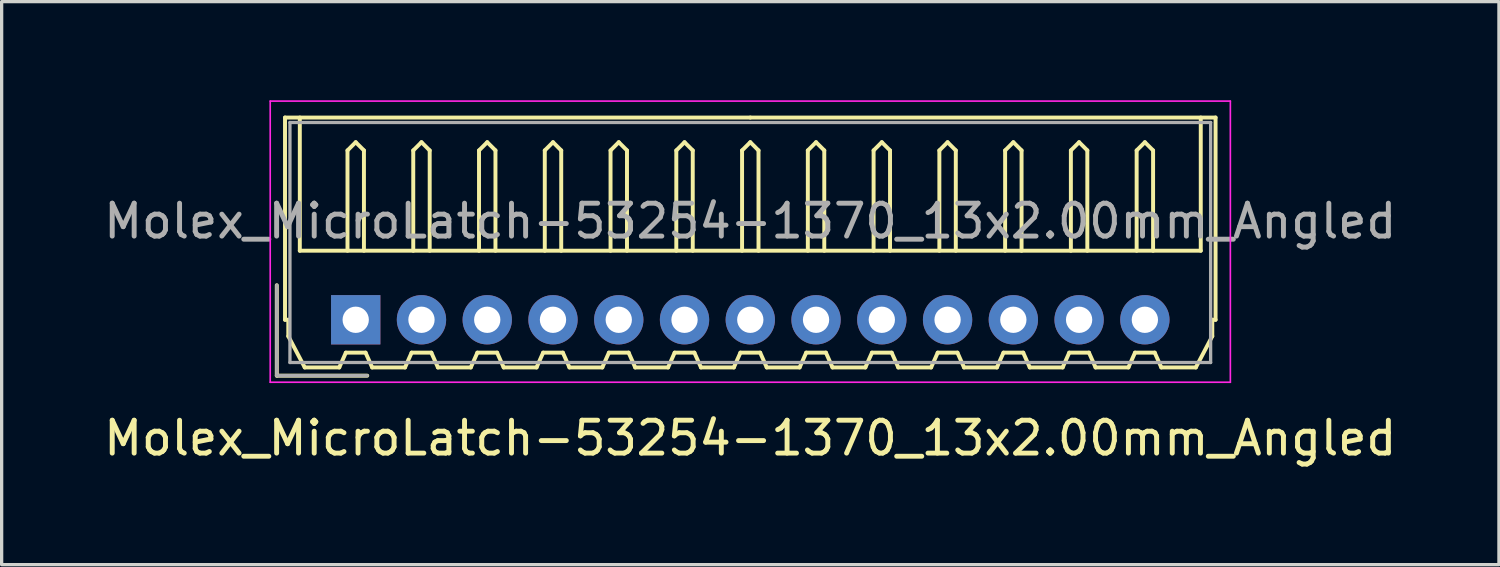
<source format=kicad_pcb>
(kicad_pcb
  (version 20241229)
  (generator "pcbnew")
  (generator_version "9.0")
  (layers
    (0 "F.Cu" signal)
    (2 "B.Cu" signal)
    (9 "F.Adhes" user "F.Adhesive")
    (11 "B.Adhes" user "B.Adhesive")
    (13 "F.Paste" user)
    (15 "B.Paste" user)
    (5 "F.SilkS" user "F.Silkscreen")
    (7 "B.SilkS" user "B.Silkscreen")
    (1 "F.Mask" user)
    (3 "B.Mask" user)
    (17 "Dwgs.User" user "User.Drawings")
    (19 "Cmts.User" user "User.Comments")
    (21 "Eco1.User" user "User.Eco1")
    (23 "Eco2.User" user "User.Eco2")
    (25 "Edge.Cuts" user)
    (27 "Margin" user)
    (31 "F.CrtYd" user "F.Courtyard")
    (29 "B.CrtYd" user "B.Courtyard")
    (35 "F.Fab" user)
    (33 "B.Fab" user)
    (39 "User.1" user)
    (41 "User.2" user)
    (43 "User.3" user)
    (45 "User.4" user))
  (footprint "Molex_MicroLatch-53254-1370_13x2.00mm_Angled"
    (layer "F.Cu")
    (at 7.768 6.675)
    (property "Reference" "Molex_MicroLatch-53254-1370_13x2.00mm_Angled" (at 12 3.6 0) (layer "F.SilkS") (effects (font (size 1 1) (thickness 0.15))))
    (attr through_hole)
    (fp_line (start -2.4 1.7) (end -2.4 -1.05) (stroke (width 0.12) (type solid)) (layer "F.SilkS"))
    (fp_line (start -2.15 -6.15) (end 12 -6.15) (stroke (width 0.12) (type solid)) (layer "F.SilkS"))
    (fp_line (start -2.15 0) (end -2.15 -6.15) (stroke (width 0.12) (type solid)) (layer "F.SilkS"))
    (fp_line (start -2.05 0) (end -2.15 0) (stroke (width 0.12) (type solid)) (layer "F.SilkS"))
    (fp_line (start -2.05 0.5) (end -2.05 0) (stroke (width 0.12) (type solid)) (layer "F.SilkS"))
    (fp_line (start -1.7 -6.15) (end -1.7 -2.1) (stroke (width 0.12) (type solid)) (layer "F.SilkS"))
    (fp_line (start -1.7 -2.1) (end 25.7 -2.1) (stroke (width 0.12) (type solid)) (layer "F.SilkS"))
    (fp_line (start -1.55 1.45) (end -2.05 0.5) (stroke (width 0.12) (type solid)) (layer "F.SilkS"))
    (fp_line (start -0.5 1.45) (end -1.55 1.45) (stroke (width 0.12) (type solid)) (layer "F.SilkS"))
    (fp_line (start -0.3 1) (end -0.5 1.45) (stroke (width 0.12) (type solid)) (layer "F.SilkS"))
    (fp_line (start -0.3 1) (end 0.3 1) (stroke (width 0.12) (type solid)) (layer "F.SilkS"))
    (fp_line (start -0.25 -5.15) (end 0 -5.4) (stroke (width 0.12) (type solid)) (layer "F.SilkS"))
    (fp_line (start -0.25 -2.1) (end -0.25 -5.15) (stroke (width 0.12) (type solid)) (layer "F.SilkS"))
    (fp_line (start 0 -5.4) (end 0.25 -5.15) (stroke (width 0.12) (type solid)) (layer "F.SilkS"))
    (fp_line (start 0.25 -5.15) (end 0.25 -2.1) (stroke (width 0.12) (type solid)) (layer "F.SilkS"))
    (fp_line (start 0.3 1) (end 0.5 1.45) (stroke (width 0.12) (type solid)) (layer "F.SilkS"))
    (fp_line (start 0.35 1.7) (end -2.4 1.7) (stroke (width 0.12) (type solid)) (layer "F.SilkS"))
    (fp_line (start 0.5 1.45) (end 1.5 1.45) (stroke (width 0.12) (type solid)) (layer "F.SilkS"))
    (fp_line (start 1.5 1.45) (end 1.7 1) (stroke (width 0.12) (type solid)) (layer "F.SilkS"))
    (fp_line (start 1.7 1) (end 2.3 1) (stroke (width 0.12) (type solid)) (layer "F.SilkS"))
    (fp_line (start 1.75 -5.15) (end 2 -5.4) (stroke (width 0.12) (type solid)) (layer "F.SilkS"))
    (fp_line (start 1.75 -2.1) (end 1.75 -5.15) (stroke (width 0.12) (type solid)) (layer "F.SilkS"))
    (fp_line (start 2 -5.4) (end 2.25 -5.15) (stroke (width 0.12) (type solid)) (layer "F.SilkS"))
    (fp_line (start 2.25 -5.15) (end 2.25 -2.1) (stroke (width 0.12) (type solid)) (layer "F.SilkS"))
    (fp_line (start 2.3 1) (end 2.5 1.45) (stroke (width 0.12) (type solid)) (layer "F.SilkS"))
    (fp_line (start 2.5 1.45) (end 3.5 1.45) (stroke (width 0.12) (type solid)) (layer "F.SilkS"))
    (fp_line (start 3.5 1.45) (end 3.7 1) (stroke (width 0.12) (type solid)) (layer "F.SilkS"))
    (fp_line (start 3.7 1) (end 4.3 1) (stroke (width 0.12) (type solid)) (layer "F.SilkS"))
    (fp_line (start 3.75 -5.15) (end 4 -5.4) (stroke (width 0.12) (type solid)) (layer "F.SilkS"))
    (fp_line (start 3.75 -2.1) (end 3.75 -5.15) (stroke (width 0.12) (type solid)) (layer "F.SilkS"))
    (fp_line (start 4 -5.4) (end 4.25 -5.15) (stroke (width 0.12) (type solid)) (layer "F.SilkS"))
    (fp_line (start 4.25 -5.15) (end 4.25 -2.1) (stroke (width 0.12) (type solid)) (layer "F.SilkS"))
    (fp_line (start 4.3 1) (end 4.5 1.45) (stroke (width 0.12) (type solid)) (layer "F.SilkS"))
    (fp_line (start 4.5 1.45) (end 5.5 1.45) (stroke (width 0.12) (type solid)) (layer "F.SilkS"))
    (fp_line (start 5.5 1.45) (end 5.7 1) (stroke (width 0.12) (type solid)) (layer "F.SilkS"))
    (fp_line (start 5.7 1) (end 6.3 1) (stroke (width 0.12) (type solid)) (layer "F.SilkS"))
    (fp_line (start 5.75 -5.15) (end 6 -5.4) (stroke (width 0.12) (type solid)) (layer "F.SilkS"))
    (fp_line (start 5.75 -2.1) (end 5.75 -5.15) (stroke (width 0.12) (type solid)) (layer "F.SilkS"))
    (fp_line (start 6 -5.4) (end 6.25 -5.15) (stroke (width 0.12) (type solid)) (layer "F.SilkS"))
    (fp_line (start 6.25 -5.15) (end 6.25 -2.1) (stroke (width 0.12) (type solid)) (layer "F.SilkS"))
    (fp_line (start 6.3 1) (end 6.5 1.45) (stroke (width 0.12) (type solid)) (layer "F.SilkS"))
    (fp_line (start 6.5 1.45) (end 7.5 1.45) (stroke (width 0.12) (type solid)) (layer "F.SilkS"))
    (fp_line (start 7.5 1.45) (end 7.7 1) (stroke (width 0.12) (type solid)) (layer "F.SilkS"))
    (fp_line (start 7.7 1) (end 8.3 1) (stroke (width 0.12) (type solid)) (layer "F.SilkS"))
    (fp_line (start 7.75 -5.15) (end 8 -5.4) (stroke (width 0.12) (type solid)) (layer "F.SilkS"))
    (fp_line (start 7.75 -2.1) (end 7.75 -5.15) (stroke (width 0.12) (type solid)) (layer "F.SilkS"))
    (fp_line (start 8 -5.4) (end 8.25 -5.15) (stroke (width 0.12) (type solid)) (layer "F.SilkS"))
    (fp_line (start 8.25 -5.15) (end 8.25 -2.1) (stroke (width 0.12) (type solid)) (layer "F.SilkS"))
    (fp_line (start 8.3 1) (end 8.5 1.45) (stroke (width 0.12) (type solid)) (layer "F.SilkS"))
    (fp_line (start 8.5 1.45) (end 9.5 1.45) (stroke (width 0.12) (type solid)) (layer "F.SilkS"))
    (fp_line (start 9.5 1.45) (end 9.7 1) (stroke (width 0.12) (type solid)) (layer "F.SilkS"))
    (fp_line (start 9.7 1) (end 10.3 1) (stroke (width 0.12) (type solid)) (layer "F.SilkS"))
    (fp_line (start 9.75 -5.15) (end 10 -5.4) (stroke (width 0.12) (type solid)) (layer "F.SilkS"))
    (fp_line (start 9.75 -2.1) (end 9.75 -5.15) (stroke (width 0.12) (type solid)) (layer "F.SilkS"))
    (fp_line (start 10 -5.4) (end 10.25 -5.15) (stroke (width 0.12) (type solid)) (layer "F.SilkS"))
    (fp_line (start 10.25 -5.15) (end 10.25 -2.1) (stroke (width 0.12) (type solid)) (layer "F.SilkS"))
    (fp_line (start 10.3 1) (end 10.5 1.45) (stroke (width 0.12) (type solid)) (layer "F.SilkS"))
    (fp_line (start 10.5 1.45) (end 11.5 1.45) (stroke (width 0.12) (type solid)) (layer "F.SilkS"))
    (fp_line (start 11.5 1.45) (end 11.7 1) (stroke (width 0.12) (type solid)) (layer "F.SilkS"))
    (fp_line (start 11.7 1) (end 12.3 1) (stroke (width 0.12) (type solid)) (layer "F.SilkS"))
    (fp_line (start 11.75 -5.15) (end 12 -5.4) (stroke (width 0.12) (type solid)) (layer "F.SilkS"))
    (fp_line (start 11.75 -2.1) (end 11.75 -5.15) (stroke (width 0.12) (type solid)) (layer "F.SilkS"))
    (fp_line (start 12 -5.4) (end 12.25 -5.15) (stroke (width 0.12) (type solid)) (layer "F.SilkS"))
    (fp_line (start 12.25 -5.15) (end 12.25 -2.1) (stroke (width 0.12) (type solid)) (layer "F.SilkS"))
    (fp_line (start 12.3 1) (end 12.5 1.45) (stroke (width 0.12) (type solid)) (layer "F.SilkS"))
    (fp_line (start 12.5 1.45) (end 13.5 1.45) (stroke (width 0.12) (type solid)) (layer "F.SilkS"))
    (fp_line (start 13.5 1.45) (end 13.7 1) (stroke (width 0.12) (type solid)) (layer "F.SilkS"))
    (fp_line (start 13.7 1) (end 14.3 1) (stroke (width 0.12) (type solid)) (layer "F.SilkS"))
    (fp_line (start 13.75 -5.15) (end 14 -5.4) (stroke (width 0.12) (type solid)) (layer "F.SilkS"))
    (fp_line (start 13.75 -2.1) (end 13.75 -5.15) (stroke (width 0.12) (type solid)) (layer "F.SilkS"))
    (fp_line (start 14 -5.4) (end 14.25 -5.15) (stroke (width 0.12) (type solid)) (layer "F.SilkS"))
    (fp_line (start 14.25 -5.15) (end 14.25 -2.1) (stroke (width 0.12) (type solid)) (layer "F.SilkS"))
    (fp_line (start 14.3 1) (end 14.5 1.45) (stroke (width 0.12) (type solid)) (layer "F.SilkS"))
    (fp_line (start 14.5 1.45) (end 15.5 1.45) (stroke (width 0.12) (type solid)) (layer "F.SilkS"))
    (fp_line (start 15.5 1.45) (end 15.7 1) (stroke (width 0.12) (type solid)) (layer "F.SilkS"))
    (fp_line (start 15.7 1) (end 16.3 1) (stroke (width 0.12) (type solid)) (layer "F.SilkS"))
    (fp_line (start 15.75 -5.15) (end 16 -5.4) (stroke (width 0.12) (type solid)) (layer "F.SilkS"))
    (fp_line (start 15.75 -2.1) (end 15.75 -5.15) (stroke (width 0.12) (type solid)) (layer "F.SilkS"))
    (fp_line (start 16 -5.4) (end 16.25 -5.15) (stroke (width 0.12) (type solid)) (layer "F.SilkS"))
    (fp_line (start 16.25 -5.15) (end 16.25 -2.1) (stroke (width 0.12) (type solid)) (layer "F.SilkS"))
    (fp_line (start 16.3 1) (end 16.5 1.45) (stroke (width 0.12) (type solid)) (layer "F.SilkS"))
    (fp_line (start 16.5 1.45) (end 17.5 1.45) (stroke (width 0.12) (type solid)) (layer "F.SilkS"))
    (fp_line (start 17.5 1.45) (end 17.7 1) (stroke (width 0.12) (type solid)) (layer "F.SilkS"))
    (fp_line (start 17.7 1) (end 18.3 1) (stroke (width 0.12) (type solid)) (layer "F.SilkS"))
    (fp_line (start 17.75 -5.15) (end 18 -5.4) (stroke (width 0.12) (type solid)) (layer "F.SilkS"))
    (fp_line (start 17.75 -2.1) (end 17.75 -5.15) (stroke (width 0.12) (type solid)) (layer "F.SilkS"))
    (fp_line (start 18 -5.4) (end 18.25 -5.15) (stroke (width 0.12) (type solid)) (layer "F.SilkS"))
    (fp_line (start 18.25 -5.15) (end 18.25 -2.1) (stroke (width 0.12) (type solid)) (layer "F.SilkS"))
    (fp_line (start 18.3 1) (end 18.5 1.45) (stroke (width 0.12) (type solid)) (layer "F.SilkS"))
    (fp_line (start 18.5 1.45) (end 19.5 1.45) (stroke (width 0.12) (type solid)) (layer "F.SilkS"))
    (fp_line (start 19.5 1.45) (end 19.7 1) (stroke (width 0.12) (type solid)) (layer "F.SilkS"))
    (fp_line (start 19.7 1) (end 20.3 1) (stroke (width 0.12) (type solid)) (layer "F.SilkS"))
    (fp_line (start 19.75 -5.15) (end 20 -5.4) (stroke (width 0.12) (type solid)) (layer "F.SilkS"))
    (fp_line (start 19.75 -2.1) (end 19.75 -5.15) (stroke (width 0.12) (type solid)) (layer "F.SilkS"))
    (fp_line (start 20 -5.4) (end 20.25 -5.15) (stroke (width 0.12) (type solid)) (layer "F.SilkS"))
    (fp_line (start 20.25 -5.15) (end 20.25 -2.1) (stroke (width 0.12) (type solid)) (layer "F.SilkS"))
    (fp_line (start 20.3 1) (end 20.5 1.45) (stroke (width 0.12) (type solid)) (layer "F.SilkS"))
    (fp_line (start 20.5 1.45) (end 21.5 1.45) (stroke (width 0.12) (type solid)) (layer "F.SilkS"))
    (fp_line (start 21.5 1.45) (end 21.7 1) (stroke (width 0.12) (type solid)) (layer "F.SilkS"))
    (fp_line (start 21.7 1) (end 22.3 1) (stroke (width 0.12) (type solid)) (layer "F.SilkS"))
    (fp_line (start 21.75 -5.15) (end 22 -5.4) (stroke (width 0.12) (type solid)) (layer "F.SilkS"))
    (fp_line (start 21.75 -2.1) (end 21.75 -5.15) (stroke (width 0.12) (type solid)) (layer "F.SilkS"))
    (fp_line (start 22 -5.4) (end 22.25 -5.15) (stroke (width 0.12) (type solid)) (layer "F.SilkS"))
    (fp_line (start 22.25 -5.15) (end 22.25 -2.1) (stroke (width 0.12) (type solid)) (layer "F.SilkS"))
    (fp_line (start 22.3 1) (end 22.5 1.45) (stroke (width 0.12) (type solid)) (layer "F.SilkS"))
    (fp_line (start 22.5 1.45) (end 23.5 1.45) (stroke (width 0.12) (type solid)) (layer "F.SilkS"))
    (fp_line (start 23.5 1.45) (end 23.7 1) (stroke (width 0.12) (type solid)) (layer "F.SilkS"))
    (fp_line (start 23.7 1) (end 24.3 1) (stroke (width 0.12) (type solid)) (layer "F.SilkS"))
    (fp_line (start 23.75 -5.15) (end 24 -5.4) (stroke (width 0.12) (type solid)) (layer "F.SilkS"))
    (fp_line (start 23.75 -2.1) (end 23.75 -5.15) (stroke (width 0.12) (type solid)) (layer "F.SilkS"))
    (fp_line (start 24 -5.4) (end 24.25 -5.15) (stroke (width 0.12) (type solid)) (layer "F.SilkS"))
    (fp_line (start 24.25 -5.15) (end 24.25 -2.1) (stroke (width 0.12) (type solid)) (layer "F.SilkS"))
    (fp_line (start 24.3 1) (end 24.5 1.45) (stroke (width 0.12) (type solid)) (layer "F.SilkS"))
    (fp_line (start 24.5 1.45) (end 25.55 1.45) (stroke (width 0.12) (type solid)) (layer "F.SilkS"))
    (fp_line (start 25.55 1.45) (end 26.05 0.5) (stroke (width 0.12) (type solid)) (layer "F.SilkS"))
    (fp_line (start 25.7 -2.1) (end 25.7 -6.15) (stroke (width 0.12) (type solid)) (layer "F.SilkS"))
    (fp_line (start 26.05 0) (end 26.15 0) (stroke (width 0.12) (type solid)) (layer "F.SilkS"))
    (fp_line (start 26.05 0.5) (end 26.05 0) (stroke (width 0.12) (type solid)) (layer "F.SilkS"))
    (fp_line (start 26.15 -6.15) (end 12 -6.15) (stroke (width 0.12) (type solid)) (layer "F.SilkS"))
    (fp_line (start 26.15 0) (end 26.15 -6.15) (stroke (width 0.12) (type solid)) (layer "F.SilkS"))
    (fp_line (start -2.6 -6.65) (end -2.6 1.9) (stroke (width 0.05) (type solid)) (layer "F.CrtYd"))
    (fp_line (start -2.6 1.9) (end 26.6 1.9) (stroke (width 0.05) (type solid)) (layer "F.CrtYd"))
    (fp_line (start 26.6 -6.65) (end -2.6 -6.65) (stroke (width 0.05) (type solid)) (layer "F.CrtYd"))
    (fp_line (start 26.6 1.9) (end 26.6 -6.65) (stroke (width 0.05) (type solid)) (layer "F.CrtYd"))
    (fp_line (start -2.4 1.7) (end -2.4 -1.05) (stroke (width 0.1) (type solid)) (layer "F.Fab"))
    (fp_line (start -2 -6) (end -2 1.3) (stroke (width 0.1) (type solid)) (layer "F.Fab"))
    (fp_line (start -2 1.3) (end 26 1.3) (stroke (width 0.1) (type solid)) (layer "F.Fab"))
    (fp_line (start 0.35 1.7) (end -2.4 1.7) (stroke (width 0.1) (type solid)) (layer "F.Fab"))
    (fp_line (start 26 -6) (end -2 -6) (stroke (width 0.1) (type solid)) (layer "F.Fab"))
    (fp_line (start 26 1.3) (end 26 -6) (stroke (width 0.1) (type solid)) (layer "F.Fab"))
    (fp_text user "${REFERENCE}" (at 12 -3 0) (layer "F.Fab") (effects (font (size 1 1) (thickness 0.15))))
    (pad "1" thru_hole rect (at 0 0) (size 1.5 1.5) (drill 0.8) (layers "*.Cu" "*.Mask"))
    (pad "2" thru_hole circle (at 2 0) (size 1.5 1.5) (drill 0.8) (layers "*.Cu" "*.Mask"))
    (pad "3" thru_hole circle (at 4 0) (size 1.5 1.5) (drill 0.8) (layers "*.Cu" "*.Mask"))
    (pad "4" thru_hole circle (at 6 0) (size 1.5 1.5) (drill 0.8) (layers "*.Cu" "*.Mask"))
    (pad "5" thru_hole circle (at 8 0) (size 1.5 1.5) (drill 0.8) (layers "*.Cu" "*.Mask"))
    (pad "6" thru_hole circle (at 10 0) (size 1.5 1.5) (drill 0.8) (layers "*.Cu" "*.Mask"))
    (pad "7" thru_hole circle (at 12 0) (size 1.5 1.5) (drill 0.8) (layers "*.Cu" "*.Mask"))
    (pad "8" thru_hole circle (at 14 0) (size 1.5 1.5) (drill 0.8) (layers "*.Cu" "*.Mask"))
    (pad "9" thru_hole circle (at 16 0) (size 1.5 1.5) (drill 0.8) (layers "*.Cu" "*.Mask"))
    (pad "10" thru_hole circle (at 18 0) (size 1.5 1.5) (drill 0.8) (layers "*.Cu" "*.Mask"))
    (pad "11" thru_hole circle (at 20 0) (size 1.5 1.5) (drill 0.8) (layers "*.Cu" "*.Mask"))
    (pad "12" thru_hole circle (at 22 0) (size 1.5 1.5) (drill 0.8) (layers "*.Cu" "*.Mask"))
    (pad "13" thru_hole circle (at 24 0) (size 1.5 1.5) (drill 0.8) (layers "*.Cu" "*.Mask")))
  (gr_rect
    (start -3 -3)
    (end 42.536 14.123)
    (stroke (width 0.1) (type default))
    (fill no)
    (layer "Edge.Cuts")))
</source>
